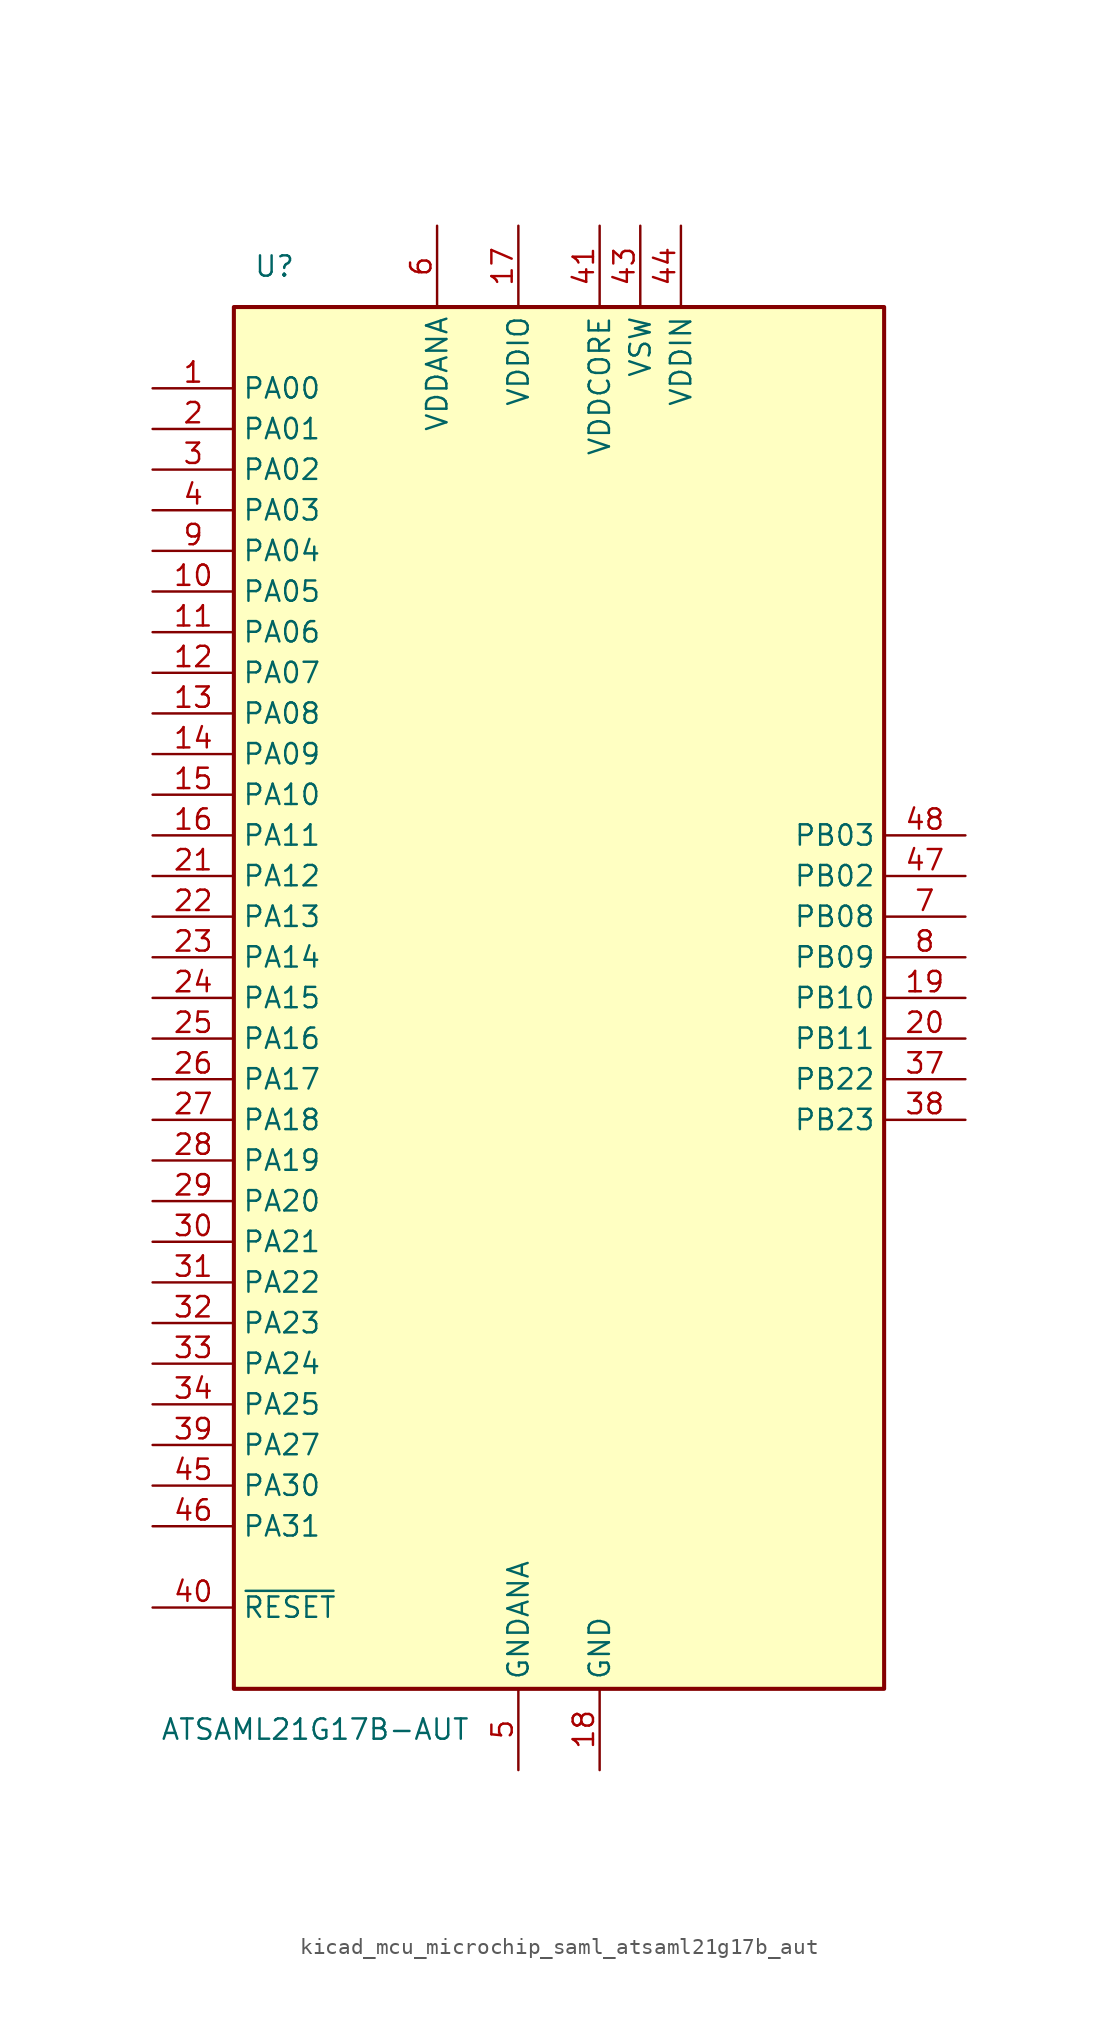
<source format=kicad_sym>
(kicad_symbol_lib
  (version 20220914)
  (generator kicad_symbol_editor)
  (symbol "kicad_mcu_microchip_saml_atsaml21g17b_aut"
    (property "Reference" "U"
      (at -17.78 45.72 0)
      (effects (font (size 1.27 1.27))))
    (property "Value" "ATSAML21G17B-AUT"
      (at -15.24 -45.72 0)
      (effects (font (size 1.27 1.27))))
    (symbol "kicad_mcu_microchip_saml_atsaml21g17b_aut_0_1"
      (rectangle (start -20.32 43.18) (end 20.32 -43.18) (stroke (width 0.254) (type default)) (fill (type background))))
    (symbol "kicad_mcu_microchip_saml_atsaml21g17b_aut_1_1"
      (pin bidirectional line (at -25.4 38.1 0) (length 5.08) (name "PA00" (effects (font (size 1.27 1.27)))) (number "1" (effects (font (size 1.27 1.27)))))
      (pin bidirectional line (at -25.4 25.4 0) (length 5.08) (name "PA05" (effects (font (size 1.27 1.27)))) (number "10" (effects (font (size 1.27 1.27)))))
      (pin bidirectional line (at -25.4 22.86 0) (length 5.08) (name "PA06" (effects (font (size 1.27 1.27)))) (number "11" (effects (font (size 1.27 1.27)))))
      (pin bidirectional line (at -25.4 20.32 0) (length 5.08) (name "PA07" (effects (font (size 1.27 1.27)))) (number "12" (effects (font (size 1.27 1.27)))))
      (pin bidirectional line (at -25.4 17.78 0) (length 5.08) (name "PA08" (effects (font (size 1.27 1.27)))) (number "13" (effects (font (size 1.27 1.27)))))
      (pin bidirectional line (at -25.4 15.24 0) (length 5.08) (name "PA09" (effects (font (size 1.27 1.27)))) (number "14" (effects (font (size 1.27 1.27)))))
      (pin bidirectional line (at -25.4 12.7 0) (length 5.08) (name "PA10" (effects (font (size 1.27 1.27)))) (number "15" (effects (font (size 1.27 1.27)))))
      (pin bidirectional line (at -25.4 10.16 0) (length 5.08) (name "PA11" (effects (font (size 1.27 1.27)))) (number "16" (effects (font (size 1.27 1.27)))))
      (pin power_in line (at -2.54 48.26 270) (length 5.08) (name "VDDIO" (effects (font (size 1.27 1.27)))) (number "17" (effects (font (size 1.27 1.27)))))
      (pin power_in line (at 2.54 -48.26 90) (length 5.08) (name "GND" (effects (font (size 1.27 1.27)))) (number "18" (effects (font (size 1.27 1.27)))))
      (pin bidirectional line (at 25.4 0 180) (length 5.08) (name "PB10" (effects (font (size 1.27 1.27)))) (number "19" (effects (font (size 1.27 1.27)))))
      (pin bidirectional line (at -25.4 35.56 0) (length 5.08) (name "PA01" (effects (font (size 1.27 1.27)))) (number "2" (effects (font (size 1.27 1.27)))))
      (pin bidirectional line (at 25.4 -2.54 180) (length 5.08) (name "PB11" (effects (font (size 1.27 1.27)))) (number "20" (effects (font (size 1.27 1.27)))))
      (pin bidirectional line (at -25.4 7.62 0) (length 5.08) (name "PA12" (effects (font (size 1.27 1.27)))) (number "21" (effects (font (size 1.27 1.27)))))
      (pin bidirectional line (at -25.4 5.08 0) (length 5.08) (name "PA13" (effects (font (size 1.27 1.27)))) (number "22" (effects (font (size 1.27 1.27)))))
      (pin bidirectional line (at -25.4 2.54 0) (length 5.08) (name "PA14" (effects (font (size 1.27 1.27)))) (number "23" (effects (font (size 1.27 1.27)))))
      (pin bidirectional line (at -25.4 0 0) (length 5.08) (name "PA15" (effects (font (size 1.27 1.27)))) (number "24" (effects (font (size 1.27 1.27)))))
      (pin bidirectional line (at -25.4 -2.54 0) (length 5.08) (name "PA16" (effects (font (size 1.27 1.27)))) (number "25" (effects (font (size 1.27 1.27)))))
      (pin bidirectional line (at -25.4 -5.08 0) (length 5.08) (name "PA17" (effects (font (size 1.27 1.27)))) (number "26" (effects (font (size 1.27 1.27)))))
      (pin bidirectional line (at -25.4 -7.62 0) (length 5.08) (name "PA18" (effects (font (size 1.27 1.27)))) (number "27" (effects (font (size 1.27 1.27)))))
      (pin bidirectional line (at -25.4 -10.16 0) (length 5.08) (name "PA19" (effects (font (size 1.27 1.27)))) (number "28" (effects (font (size 1.27 1.27)))))
      (pin bidirectional line (at -25.4 -12.7 0) (length 5.08) (name "PA20" (effects (font (size 1.27 1.27)))) (number "29" (effects (font (size 1.27 1.27)))))
      (pin bidirectional line (at -25.4 33.02 0) (length 5.08) (name "PA02" (effects (font (size 1.27 1.27)))) (number "3" (effects (font (size 1.27 1.27)))))
      (pin bidirectional line (at -25.4 -15.24 0) (length 5.08) (name "PA21" (effects (font (size 1.27 1.27)))) (number "30" (effects (font (size 1.27 1.27)))))
      (pin bidirectional line (at -25.4 -17.78 0) (length 5.08) (name "PA22" (effects (font (size 1.27 1.27)))) (number "31" (effects (font (size 1.27 1.27)))))
      (pin bidirectional line (at -25.4 -20.32 0) (length 5.08) (name "PA23" (effects (font (size 1.27 1.27)))) (number "32" (effects (font (size 1.27 1.27)))))
      (pin bidirectional line (at -25.4 -22.86 0) (length 5.08) (name "PA24" (effects (font (size 1.27 1.27)))) (number "33" (effects (font (size 1.27 1.27)))))
      (pin bidirectional line (at -25.4 -25.4 0) (length 5.08) (name "PA25" (effects (font (size 1.27 1.27)))) (number "34" (effects (font (size 1.27 1.27)))))
      (pin passive line (at 2.54 -48.26 90) (length 5.08) hide (name "GND" (effects (font (size 1.27 1.27)))) (number "35" (effects (font (size 1.27 1.27)))))
      (pin passive line (at -2.54 48.26 270) (length 5.08) hide (name "VDDIO" (effects (font (size 1.27 1.27)))) (number "36" (effects (font (size 1.27 1.27)))))
      (pin bidirectional line (at 25.4 -5.08 180) (length 5.08) (name "PB22" (effects (font (size 1.27 1.27)))) (number "37" (effects (font (size 1.27 1.27)))))
      (pin bidirectional line (at 25.4 -7.62 180) (length 5.08) (name "PB23" (effects (font (size 1.27 1.27)))) (number "38" (effects (font (size 1.27 1.27)))))
      (pin bidirectional line (at -25.4 -27.94 0) (length 5.08) (name "PA27" (effects (font (size 1.27 1.27)))) (number "39" (effects (font (size 1.27 1.27)))))
      (pin bidirectional line (at -25.4 30.48 0) (length 5.08) (name "PA03" (effects (font (size 1.27 1.27)))) (number "4" (effects (font (size 1.27 1.27)))))
      (pin input line (at -25.4 -38.1 0) (length 5.08) (name "~{RESET}" (effects (font (size 1.27 1.27)))) (number "40" (effects (font (size 1.27 1.27)))))
      (pin bidirectional line (at 2.54 48.26 270) (length 5.08) (name "VDDCORE" (effects (font (size 1.27 1.27)))) (number "41" (effects (font (size 1.27 1.27)))))
      (pin passive line (at 2.54 -48.26 90) (length 5.08) hide (name "GND" (effects (font (size 1.27 1.27)))) (number "42" (effects (font (size 1.27 1.27)))))
      (pin bidirectional line (at 5.08 48.26 270) (length 5.08) (name "VSW" (effects (font (size 1.27 1.27)))) (number "43" (effects (font (size 1.27 1.27)))))
      (pin bidirectional line (at 7.62 48.26 270) (length 5.08) (name "VDDIN" (effects (font (size 1.27 1.27)))) (number "44" (effects (font (size 1.27 1.27)))))
      (pin bidirectional line (at -25.4 -30.48 0) (length 5.08) (name "PA30" (effects (font (size 1.27 1.27)))) (number "45" (effects (font (size 1.27 1.27)))))
      (pin bidirectional line (at -25.4 -33.02 0) (length 5.08) (name "PA31" (effects (font (size 1.27 1.27)))) (number "46" (effects (font (size 1.27 1.27)))))
      (pin bidirectional line (at 25.4 7.62 180) (length 5.08) (name "PB02" (effects (font (size 1.27 1.27)))) (number "47" (effects (font (size 1.27 1.27)))))
      (pin bidirectional line (at 25.4 10.16 180) (length 5.08) (name "PB03" (effects (font (size 1.27 1.27)))) (number "48" (effects (font (size 1.27 1.27)))))
      (pin power_in line (at -2.54 -48.26 90) (length 5.08) (name "GNDANA" (effects (font (size 1.27 1.27)))) (number "5" (effects (font (size 1.27 1.27)))))
      (pin bidirectional line (at -7.62 48.26 270) (length 5.08) (name "VDDANA" (effects (font (size 1.27 1.27)))) (number "6" (effects (font (size 1.27 1.27)))))
      (pin bidirectional line (at 25.4 5.08 180) (length 5.08) (name "PB08" (effects (font (size 1.27 1.27)))) (number "7" (effects (font (size 1.27 1.27)))))
      (pin bidirectional line (at 25.4 2.54 180) (length 5.08) (name "PB09" (effects (font (size 1.27 1.27)))) (number "8" (effects (font (size 1.27 1.27)))))
      (pin bidirectional line (at -25.4 27.94 0) (length 5.08) (name "PA04" (effects (font (size 1.27 1.27)))) (number "9" (effects (font (size 1.27 1.27))))))))
</source>
